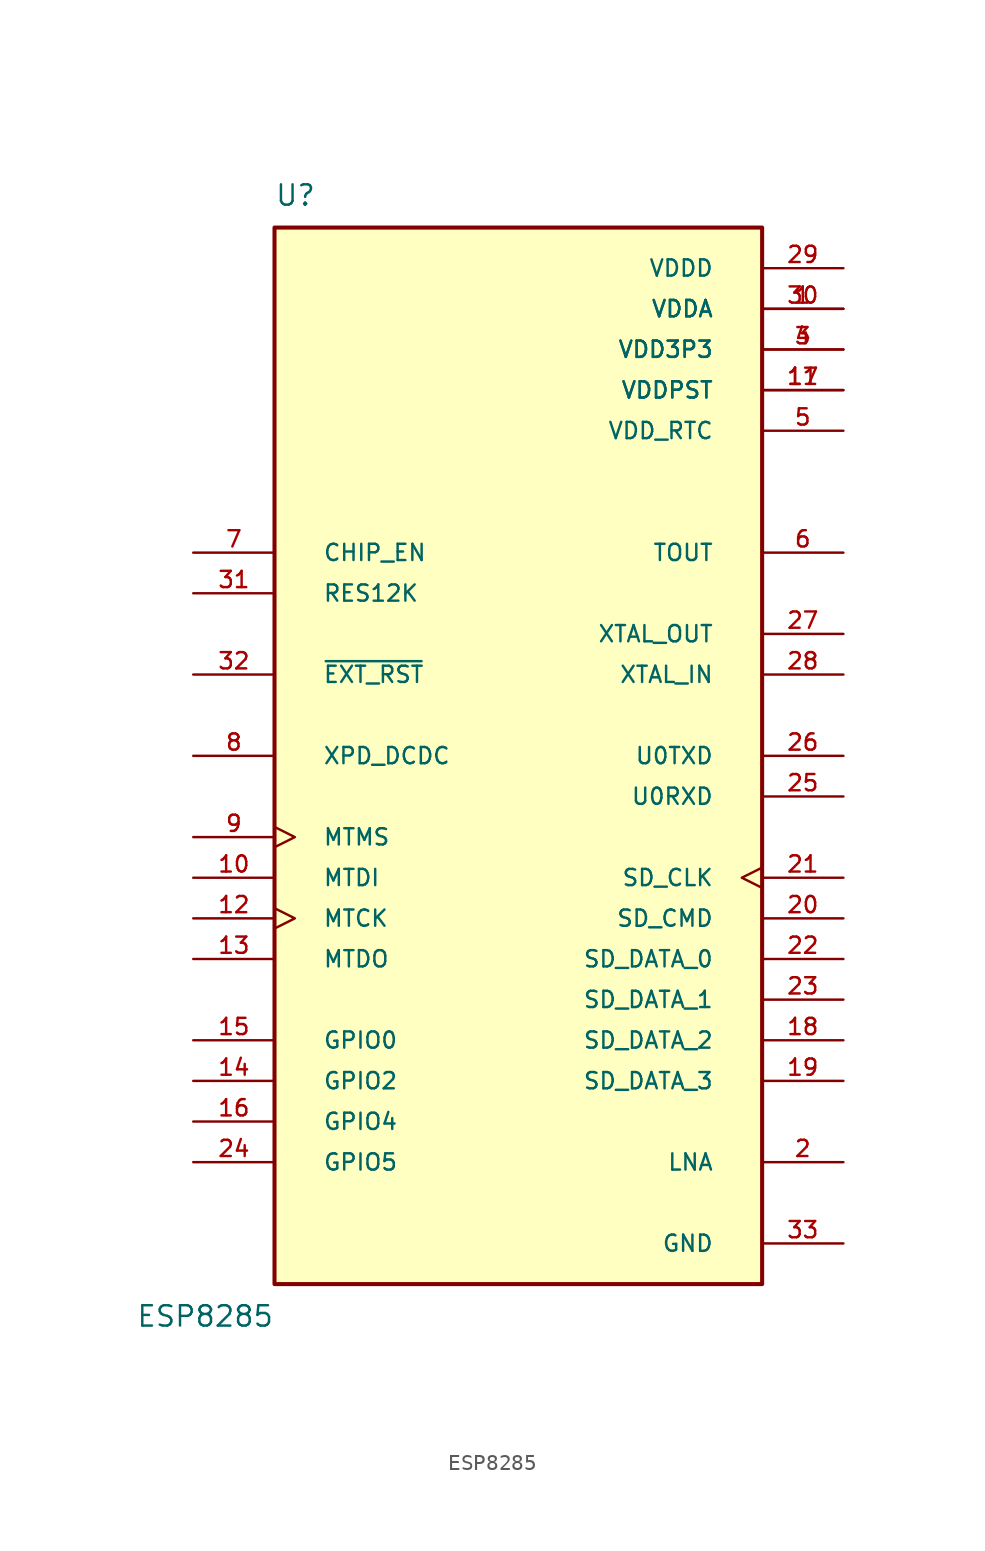
<source format=kicad_sym>
(kicad_symbol_lib
  (version 20211014)
  (generator kicad_symbol_editor)
  (symbol "ESP8285"
    (pin_names
      (offset 3))
    (property "Reference" "U"
      (at -15.24 34.29 0)
      (effects (font (size 1.27 1.27)) (justify left bottom)))
    (property "Value" "ESP8285"
      (at -15.24 -34.29 0)
      (effects (font (size 1.27 1.27)) (justify right top)))
    (symbol "ESP8285_0_0"
      (rectangle (start -15.24 -33.02) (end 15.24 33.02) (stroke (width 0.254) (type default) (color 0 0 0 0)) (fill (type background)))
      (pin power_in line (at 20.32 27.94 180) (length 5.08) (name "VDDA" (effects (font (size 1.016 1.016)))) (number "1" (effects (font (size 1.016 1.016)))))
      (pin bidirectional line (at -20.32 -7.62 0) (length 5.08) (name "MTDI" (effects (font (size 1.016 1.016)))) (number "10" (effects (font (size 1.016 1.016)))))
      (pin power_in line (at 20.32 22.86 180) (length 5.08) (name "VDDPST" (effects (font (size 1.016 1.016)))) (number "11" (effects (font (size 1.016 1.016)))))
      (pin bidirectional clock (at -20.32 -10.16 0) (length 5.08) (name "MTCK" (effects (font (size 1.016 1.016)))) (number "12" (effects (font (size 1.016 1.016)))))
      (pin bidirectional line (at -20.32 -12.7 0) (length 5.08) (name "MTDO" (effects (font (size 1.016 1.016)))) (number "13" (effects (font (size 1.016 1.016)))))
      (pin bidirectional line (at -20.32 -20.32 0) (length 5.08) (name "GPIO2" (effects (font (size 1.016 1.016)))) (number "14" (effects (font (size 1.016 1.016)))))
      (pin bidirectional line (at -20.32 -17.78 0) (length 5.08) (name "GPIO0" (effects (font (size 1.016 1.016)))) (number "15" (effects (font (size 1.016 1.016)))))
      (pin bidirectional line (at -20.32 -22.86 0) (length 5.08) (name "GPIO4" (effects (font (size 1.016 1.016)))) (number "16" (effects (font (size 1.016 1.016)))))
      (pin power_in line (at 20.32 22.86 180) (length 5.08) (name "VDDPST" (effects (font (size 1.016 1.016)))) (number "17" (effects (font (size 1.016 1.016)))))
      (pin bidirectional line (at 20.32 -17.78 180) (length 5.08) (name "SD_DATA_2" (effects (font (size 1.016 1.016)))) (number "18" (effects (font (size 1.016 1.016)))))
      (pin bidirectional line (at 20.32 -20.32 180) (length 5.08) (name "SD_DATA_3" (effects (font (size 1.016 1.016)))) (number "19" (effects (font (size 1.016 1.016)))))
      (pin bidirectional line (at 20.32 -25.4 180) (length 5.08) (name "LNA" (effects (font (size 1.016 1.016)))) (number "2" (effects (font (size 1.016 1.016)))))
      (pin bidirectional line (at 20.32 -10.16 180) (length 5.08) (name "SD_CMD" (effects (font (size 1.016 1.016)))) (number "20" (effects (font (size 1.016 1.016)))))
      (pin bidirectional clock (at 20.32 -7.62 180) (length 5.08) (name "SD_CLK" (effects (font (size 1.016 1.016)))) (number "21" (effects (font (size 1.016 1.016)))))
      (pin bidirectional line (at 20.32 -12.7 180) (length 5.08) (name "SD_DATA_0" (effects (font (size 1.016 1.016)))) (number "22" (effects (font (size 1.016 1.016)))))
      (pin bidirectional line (at 20.32 -15.24 180) (length 5.08) (name "SD_DATA_1" (effects (font (size 1.016 1.016)))) (number "23" (effects (font (size 1.016 1.016)))))
      (pin bidirectional line (at -20.32 -25.4 0) (length 5.08) (name "GPIO5" (effects (font (size 1.016 1.016)))) (number "24" (effects (font (size 1.016 1.016)))))
      (pin bidirectional line (at 20.32 -2.54 180) (length 5.08) (name "U0RXD" (effects (font (size 1.016 1.016)))) (number "25" (effects (font (size 1.016 1.016)))))
      (pin bidirectional line (at 20.32 0 180) (length 5.08) (name "U0TXD" (effects (font (size 1.016 1.016)))) (number "26" (effects (font (size 1.016 1.016)))))
      (pin output line (at 20.32 7.62 180) (length 5.08) (name "XTAL_OUT" (effects (font (size 1.016 1.016)))) (number "27" (effects (font (size 1.016 1.016)))))
      (pin input line (at 20.32 5.08 180) (length 5.08) (name "XTAL_IN" (effects (font (size 1.016 1.016)))) (number "28" (effects (font (size 1.016 1.016)))))
      (pin power_in line (at 20.32 30.48 180) (length 5.08) (name "VDDD" (effects (font (size 1.016 1.016)))) (number "29" (effects (font (size 1.016 1.016)))))
      (pin power_in line (at 20.32 25.4 180) (length 5.08) (name "VDD3P3" (effects (font (size 1.016 1.016)))) (number "3" (effects (font (size 1.016 1.016)))))
      (pin power_in line (at 20.32 27.94 180) (length 5.08) (name "VDDA" (effects (font (size 1.016 1.016)))) (number "30" (effects (font (size 1.016 1.016)))))
      (pin input line (at -20.32 10.16 0) (length 5.08) (name "RES12K" (effects (font (size 1.016 1.016)))) (number "31" (effects (font (size 1.016 1.016)))))
      (pin input line (at -20.32 5.08 0) (length 5.08) (name "~{EXT_RST}" (effects (font (size 1.016 1.016)))) (number "32" (effects (font (size 1.016 1.016)))))
      (pin power_in line (at 20.32 -30.48 180) (length 5.08) (name "GND" (effects (font (size 1.016 1.016)))) (number "33" (effects (font (size 1.016 1.016)))))
      (pin power_in line (at 20.32 25.4 180) (length 5.08) (name "VDD3P3" (effects (font (size 1.016 1.016)))) (number "4" (effects (font (size 1.016 1.016)))))
      (pin power_in line (at 20.32 20.32 180) (length 5.08) (name "VDD_RTC" (effects (font (size 1.016 1.016)))) (number "5" (effects (font (size 1.016 1.016)))))
      (pin output line (at 20.32 12.7 180) (length 5.08) (name "TOUT" (effects (font (size 1.016 1.016)))) (number "6" (effects (font (size 1.016 1.016)))))
      (pin input line (at -20.32 12.7 0) (length 5.08) (name "CHIP_EN" (effects (font (size 1.016 1.016)))) (number "7" (effects (font (size 1.016 1.016)))))
      (pin bidirectional line (at -20.32 0 0) (length 5.08) (name "XPD_DCDC" (effects (font (size 1.016 1.016)))) (number "8" (effects (font (size 1.016 1.016)))))
      (pin bidirectional clock (at -20.32 -5.08 0) (length 5.08) (name "MTMS" (effects (font (size 1.016 1.016)))) (number "9" (effects (font (size 1.016 1.016))))))))
</source>
